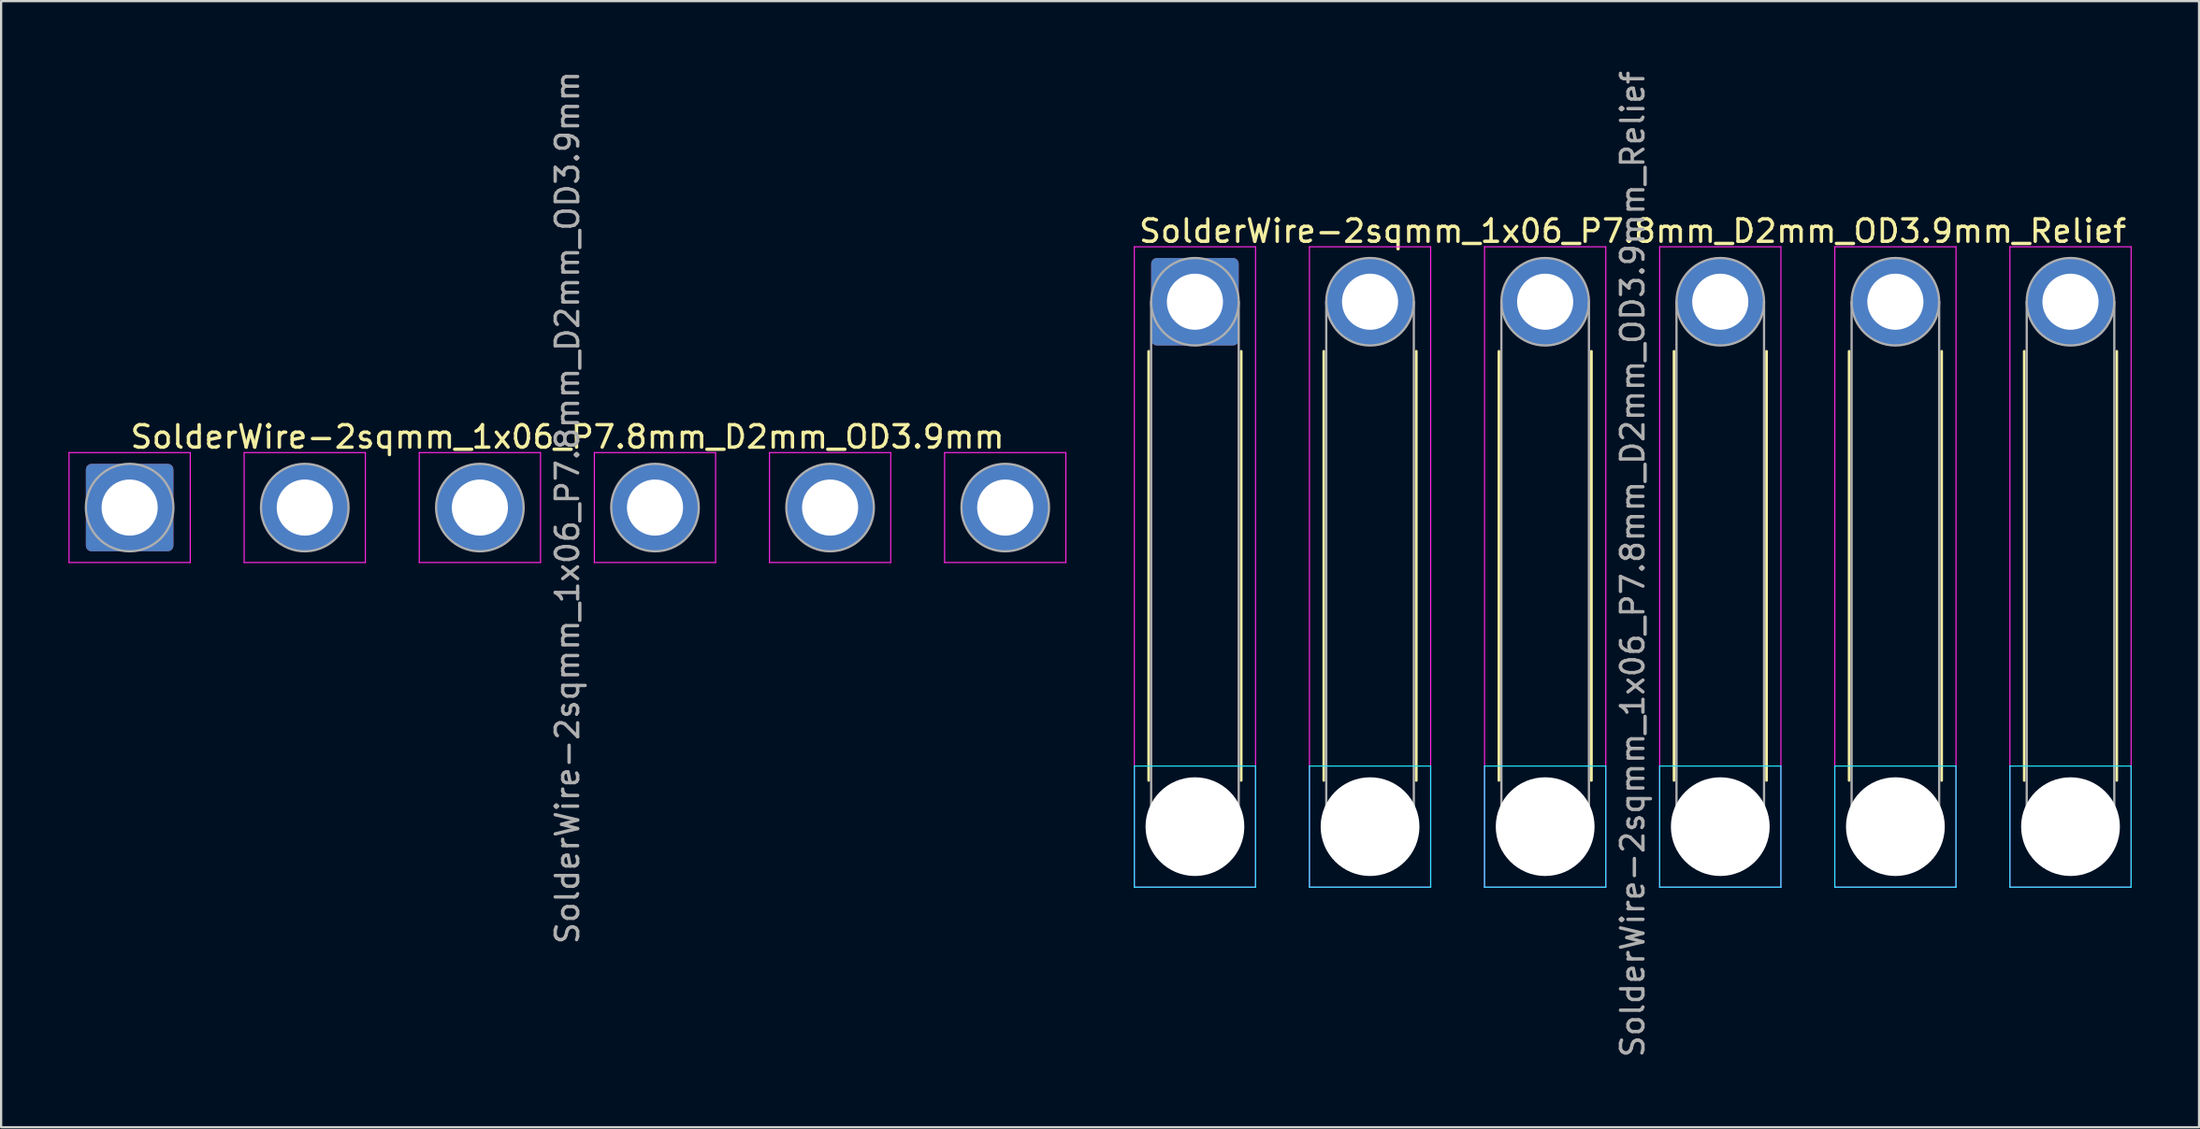
<source format=kicad_pcb>
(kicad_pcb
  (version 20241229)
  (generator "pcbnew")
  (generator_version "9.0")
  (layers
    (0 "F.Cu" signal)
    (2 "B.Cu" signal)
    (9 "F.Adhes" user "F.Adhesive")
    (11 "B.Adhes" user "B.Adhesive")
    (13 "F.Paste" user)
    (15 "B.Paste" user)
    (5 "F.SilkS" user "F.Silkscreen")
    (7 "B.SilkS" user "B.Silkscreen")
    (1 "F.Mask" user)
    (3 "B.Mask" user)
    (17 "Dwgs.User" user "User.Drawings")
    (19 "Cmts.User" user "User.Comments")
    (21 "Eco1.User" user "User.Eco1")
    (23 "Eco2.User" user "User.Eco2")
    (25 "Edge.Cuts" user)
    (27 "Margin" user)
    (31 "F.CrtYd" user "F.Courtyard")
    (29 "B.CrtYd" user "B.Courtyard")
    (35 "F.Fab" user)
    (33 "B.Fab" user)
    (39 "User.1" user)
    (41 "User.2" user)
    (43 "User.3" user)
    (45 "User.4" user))
  (footprint "SolderWire-2sqmm_1x06_P7.8mm_D2mm_OD3.9mm_Relief"
    (layer "F.Cu")
    (at 50.175 10.401)
    (property "Reference" "SolderWire-2sqmm_1x06_P7.8mm_D2mm_OD3.9mm_Relief" (at 19.5 -3.15 0) (layer "F.SilkS") (effects (font (size 1 1) (thickness 0.15))))
    (attr exclude_from_pos_files exclude_from_bom)
    (fp_line (start -2.06 2.21) (end -2.06 21.34) (stroke (width 0.12) (type solid)) (layer "F.SilkS"))
    (fp_line (start 2.06 2.21) (end 2.06 21.34) (stroke (width 0.12) (type solid)) (layer "F.SilkS"))
    (fp_line (start 5.74 2.21) (end 5.74 21.34) (stroke (width 0.12) (type solid)) (layer "F.SilkS"))
    (fp_line (start 9.86 2.21) (end 9.86 21.34) (stroke (width 0.12) (type solid)) (layer "F.SilkS"))
    (fp_line (start 13.54 2.21) (end 13.54 21.34) (stroke (width 0.12) (type solid)) (layer "F.SilkS"))
    (fp_line (start 17.66 2.21) (end 17.66 21.34) (stroke (width 0.12) (type solid)) (layer "F.SilkS"))
    (fp_line (start 21.34 2.21) (end 21.34 21.34) (stroke (width 0.12) (type solid)) (layer "F.SilkS"))
    (fp_line (start 25.46 2.21) (end 25.46 21.34) (stroke (width 0.12) (type solid)) (layer "F.SilkS"))
    (fp_line (start 29.14 2.21) (end 29.14 21.34) (stroke (width 0.12) (type solid)) (layer "F.SilkS"))
    (fp_line (start 33.26 2.21) (end 33.26 21.34) (stroke (width 0.12) (type solid)) (layer "F.SilkS"))
    (fp_line (start 36.94 2.21) (end 36.94 21.34) (stroke (width 0.12) (type solid)) (layer "F.SilkS"))
    (fp_line (start 41.06 2.21) (end 41.06 21.34) (stroke (width 0.12) (type solid)) (layer "F.SilkS"))
    (fp_line (start -2.7 20.7) (end -2.7 26.1) (stroke (width 0.05) (type solid)) (layer "B.CrtYd"))
    (fp_line (start -2.7 26.1) (end 2.7 26.1) (stroke (width 0.05) (type solid)) (layer "B.CrtYd"))
    (fp_line (start 2.7 20.7) (end -2.7 20.7) (stroke (width 0.05) (type solid)) (layer "B.CrtYd"))
    (fp_line (start 2.7 26.1) (end 2.7 20.7) (stroke (width 0.05) (type solid)) (layer "B.CrtYd"))
    (fp_line (start 5.1 20.7) (end 5.1 26.1) (stroke (width 0.05) (type solid)) (layer "B.CrtYd"))
    (fp_line (start 5.1 26.1) (end 10.5 26.1) (stroke (width 0.05) (type solid)) (layer "B.CrtYd"))
    (fp_line (start 10.5 20.7) (end 5.1 20.7) (stroke (width 0.05) (type solid)) (layer "B.CrtYd"))
    (fp_line (start 10.5 26.1) (end 10.5 20.7) (stroke (width 0.05) (type solid)) (layer "B.CrtYd"))
    (fp_line (start 12.9 20.7) (end 12.9 26.1) (stroke (width 0.05) (type solid)) (layer "B.CrtYd"))
    (fp_line (start 12.9 26.1) (end 18.3 26.1) (stroke (width 0.05) (type solid)) (layer "B.CrtYd"))
    (fp_line (start 18.3 20.7) (end 12.9 20.7) (stroke (width 0.05) (type solid)) (layer "B.CrtYd"))
    (fp_line (start 18.3 26.1) (end 18.3 20.7) (stroke (width 0.05) (type solid)) (layer "B.CrtYd"))
    (fp_line (start 20.7 20.7) (end 20.7 26.1) (stroke (width 0.05) (type solid)) (layer "B.CrtYd"))
    (fp_line (start 20.7 26.1) (end 26.1 26.1) (stroke (width 0.05) (type solid)) (layer "B.CrtYd"))
    (fp_line (start 26.1 20.7) (end 20.7 20.7) (stroke (width 0.05) (type solid)) (layer "B.CrtYd"))
    (fp_line (start 26.1 26.1) (end 26.1 20.7) (stroke (width 0.05) (type solid)) (layer "B.CrtYd"))
    (fp_line (start 28.5 20.7) (end 28.5 26.1) (stroke (width 0.05) (type solid)) (layer "B.CrtYd"))
    (fp_line (start 28.5 26.1) (end 33.9 26.1) (stroke (width 0.05) (type solid)) (layer "B.CrtYd"))
    (fp_line (start 33.9 20.7) (end 28.5 20.7) (stroke (width 0.05) (type solid)) (layer "B.CrtYd"))
    (fp_line (start 33.9 26.1) (end 33.9 20.7) (stroke (width 0.05) (type solid)) (layer "B.CrtYd"))
    (fp_line (start 36.3 20.7) (end 36.3 26.1) (stroke (width 0.05) (type solid)) (layer "B.CrtYd"))
    (fp_line (start 36.3 26.1) (end 41.7 26.1) (stroke (width 0.05) (type solid)) (layer "B.CrtYd"))
    (fp_line (start 41.7 20.7) (end 36.3 20.7) (stroke (width 0.05) (type solid)) (layer "B.CrtYd"))
    (fp_line (start 41.7 26.1) (end 41.7 20.7) (stroke (width 0.05) (type solid)) (layer "B.CrtYd"))
    (fp_line (start -2.7 -2.45) (end -2.7 26.1) (stroke (width 0.05) (type solid)) (layer "F.CrtYd"))
    (fp_line (start -2.7 26.1) (end 2.7 26.1) (stroke (width 0.05) (type solid)) (layer "F.CrtYd"))
    (fp_line (start 2.7 -2.45) (end -2.7 -2.45) (stroke (width 0.05) (type solid)) (layer "F.CrtYd"))
    (fp_line (start 2.7 26.1) (end 2.7 -2.45) (stroke (width 0.05) (type solid)) (layer "F.CrtYd"))
    (fp_line (start 5.1 -2.45) (end 5.1 26.1) (stroke (width 0.05) (type solid)) (layer "F.CrtYd"))
    (fp_line (start 5.1 26.1) (end 10.5 26.1) (stroke (width 0.05) (type solid)) (layer "F.CrtYd"))
    (fp_line (start 10.5 -2.45) (end 5.1 -2.45) (stroke (width 0.05) (type solid)) (layer "F.CrtYd"))
    (fp_line (start 10.5 26.1) (end 10.5 -2.45) (stroke (width 0.05) (type solid)) (layer "F.CrtYd"))
    (fp_line (start 12.9 -2.45) (end 12.9 26.1) (stroke (width 0.05) (type solid)) (layer "F.CrtYd"))
    (fp_line (start 12.9 26.1) (end 18.3 26.1) (stroke (width 0.05) (type solid)) (layer "F.CrtYd"))
    (fp_line (start 18.3 -2.45) (end 12.9 -2.45) (stroke (width 0.05) (type solid)) (layer "F.CrtYd"))
    (fp_line (start 18.3 26.1) (end 18.3 -2.45) (stroke (width 0.05) (type solid)) (layer "F.CrtYd"))
    (fp_line (start 20.7 -2.45) (end 20.7 26.1) (stroke (width 0.05) (type solid)) (layer "F.CrtYd"))
    (fp_line (start 20.7 26.1) (end 26.1 26.1) (stroke (width 0.05) (type solid)) (layer "F.CrtYd"))
    (fp_line (start 26.1 -2.45) (end 20.7 -2.45) (stroke (width 0.05) (type solid)) (layer "F.CrtYd"))
    (fp_line (start 26.1 26.1) (end 26.1 -2.45) (stroke (width 0.05) (type solid)) (layer "F.CrtYd"))
    (fp_line (start 28.5 -2.45) (end 28.5 26.1) (stroke (width 0.05) (type solid)) (layer "F.CrtYd"))
    (fp_line (start 28.5 26.1) (end 33.9 26.1) (stroke (width 0.05) (type solid)) (layer "F.CrtYd"))
    (fp_line (start 33.9 -2.45) (end 28.5 -2.45) (stroke (width 0.05) (type solid)) (layer "F.CrtYd"))
    (fp_line (start 33.9 26.1) (end 33.9 -2.45) (stroke (width 0.05) (type solid)) (layer "F.CrtYd"))
    (fp_line (start 36.3 -2.45) (end 36.3 26.1) (stroke (width 0.05) (type solid)) (layer "F.CrtYd"))
    (fp_line (start 36.3 26.1) (end 41.7 26.1) (stroke (width 0.05) (type solid)) (layer "F.CrtYd"))
    (fp_line (start 41.7 -2.45) (end 36.3 -2.45) (stroke (width 0.05) (type solid)) (layer "F.CrtYd"))
    (fp_line (start 41.7 26.1) (end 41.7 -2.45) (stroke (width 0.05) (type solid)) (layer "F.CrtYd"))
    (fp_line (start -1.95 0) (end -1.95 23.4) (stroke (width 0.1) (type solid)) (layer "F.Fab"))
    (fp_line (start 1.95 0) (end 1.95 23.4) (stroke (width 0.1) (type solid)) (layer "F.Fab"))
    (fp_line (start 5.85 0) (end 5.85 23.4) (stroke (width 0.1) (type solid)) (layer "F.Fab"))
    (fp_line (start 9.75 0) (end 9.75 23.4) (stroke (width 0.1) (type solid)) (layer "F.Fab"))
    (fp_line (start 13.65 0) (end 13.65 23.4) (stroke (width 0.1) (type solid)) (layer "F.Fab"))
    (fp_line (start 17.55 0) (end 17.55 23.4) (stroke (width 0.1) (type solid)) (layer "F.Fab"))
    (fp_line (start 21.45 0) (end 21.45 23.4) (stroke (width 0.1) (type solid)) (layer "F.Fab"))
    (fp_line (start 25.35 0) (end 25.35 23.4) (stroke (width 0.1) (type solid)) (layer "F.Fab"))
    (fp_line (start 29.25 0) (end 29.25 23.4) (stroke (width 0.1) (type solid)) (layer "F.Fab"))
    (fp_line (start 33.15 0) (end 33.15 23.4) (stroke (width 0.1) (type solid)) (layer "F.Fab"))
    (fp_line (start 37.05 0) (end 37.05 23.4) (stroke (width 0.1) (type solid)) (layer "F.Fab"))
    (fp_line (start 40.95 0) (end 40.95 23.4) (stroke (width 0.1) (type solid)) (layer "F.Fab"))
    (fp_circle (center 0 0) (end 1.95 0) (stroke (width 0.1) (type solid)) (fill no) (layer "F.Fab"))
    (fp_circle (center 0 23.4) (end 1.95 23.4) (stroke (width 0.1) (type solid)) (fill no) (layer "F.Fab"))
    (fp_circle (center 7.8 0) (end 9.75 0) (stroke (width 0.1) (type solid)) (fill no) (layer "F.Fab"))
    (fp_circle (center 7.8 23.4) (end 9.75 23.4) (stroke (width 0.1) (type solid)) (fill no) (layer "F.Fab"))
    (fp_circle (center 15.6 0) (end 17.55 0) (stroke (width 0.1) (type solid)) (fill no) (layer "F.Fab"))
    (fp_circle (center 15.6 23.4) (end 17.55 23.4) (stroke (width 0.1) (type solid)) (fill no) (layer "F.Fab"))
    (fp_circle (center 23.4 0) (end 25.35 0) (stroke (width 0.1) (type solid)) (fill no) (layer "F.Fab"))
    (fp_circle (center 23.4 23.4) (end 25.35 23.4) (stroke (width 0.1) (type solid)) (fill no) (layer "F.Fab"))
    (fp_circle (center 31.2 0) (end 33.15 0) (stroke (width 0.1) (type solid)) (fill no) (layer "F.Fab"))
    (fp_circle (center 31.2 23.4) (end 33.15 23.4) (stroke (width 0.1) (type solid)) (fill no) (layer "F.Fab"))
    (fp_circle (center 39 0) (end 40.95 0) (stroke (width 0.1) (type solid)) (fill no) (layer "F.Fab"))
    (fp_circle (center 39 23.4) (end 40.95 23.4) (stroke (width 0.1) (type solid)) (fill no) (layer "F.Fab"))
    (fp_text user "${REFERENCE}" (at 19.5 11.7 90) (layer "F.Fab") (effects (font (size 1 1) (thickness 0.15))))
    (pad "" np_thru_hole circle (at 0 23.4) (size 4.4 4.4) (drill 4.4) (layers "*.Cu" "*.Mask"))
    (pad "" np_thru_hole circle (at 7.8 23.4) (size 4.4 4.4) (drill 4.4) (layers "*.Cu" "*.Mask"))
    (pad "" np_thru_hole circle (at 15.6 23.4) (size 4.4 4.4) (drill 4.4) (layers "*.Cu" "*.Mask"))
    (pad "" np_thru_hole circle (at 23.4 23.4) (size 4.4 4.4) (drill 4.4) (layers "*.Cu" "*.Mask"))
    (pad "" np_thru_hole circle (at 31.2 23.4) (size 4.4 4.4) (drill 4.4) (layers "*.Cu" "*.Mask"))
    (pad "" np_thru_hole circle (at 39 23.4) (size 4.4 4.4) (drill 4.4) (layers "*.Cu" "*.Mask"))
    (pad "1" thru_hole roundrect (at 0 0) (size 3.9 3.9) (drill 2.5) (layers "*.Cu" "*.Mask") (roundrect_rratio 0.064))
    (pad "2" thru_hole circle (at 7.8 0) (size 3.9 3.9) (drill 2.5) (layers "*.Cu" "*.Mask"))
    (pad "3" thru_hole circle (at 15.6 0) (size 3.9 3.9) (drill 2.5) (layers "*.Cu" "*.Mask"))
    (pad "4" thru_hole circle (at 23.4 0) (size 3.9 3.9) (drill 2.5) (layers "*.Cu" "*.Mask"))
    (pad "5" thru_hole circle (at 31.2 0) (size 3.9 3.9) (drill 2.5) (layers "*.Cu" "*.Mask"))
    (pad "6" thru_hole circle (at 39 0) (size 3.9 3.9) (drill 2.5) (layers "*.Cu" "*.Mask")))
  (footprint "SolderWire-2sqmm_1x06_P7.8mm_D2mm_OD3.9mm"
    (layer "F.Cu")
    (at 2.725 19.577)
    (property "Reference" "SolderWire-2sqmm_1x06_P7.8mm_D2mm_OD3.9mm" (at 19.5 -3.15 0) (layer "F.SilkS") (effects (font (size 1 1) (thickness 0.15))))
    (attr exclude_from_pos_files exclude_from_bom)
    (fp_line (start -2.7 -2.45) (end -2.7 2.45) (stroke (width 0.05) (type solid)) (layer "F.CrtYd"))
    (fp_line (start -2.7 2.45) (end 2.7 2.45) (stroke (width 0.05) (type solid)) (layer "F.CrtYd"))
    (fp_line (start 2.7 -2.45) (end -2.7 -2.45) (stroke (width 0.05) (type solid)) (layer "F.CrtYd"))
    (fp_line (start 2.7 2.45) (end 2.7 -2.45) (stroke (width 0.05) (type solid)) (layer "F.CrtYd"))
    (fp_line (start 5.1 -2.45) (end 5.1 2.45) (stroke (width 0.05) (type solid)) (layer "F.CrtYd"))
    (fp_line (start 5.1 2.45) (end 10.5 2.45) (stroke (width 0.05) (type solid)) (layer "F.CrtYd"))
    (fp_line (start 10.5 -2.45) (end 5.1 -2.45) (stroke (width 0.05) (type solid)) (layer "F.CrtYd"))
    (fp_line (start 10.5 2.45) (end 10.5 -2.45) (stroke (width 0.05) (type solid)) (layer "F.CrtYd"))
    (fp_line (start 12.9 -2.45) (end 12.9 2.45) (stroke (width 0.05) (type solid)) (layer "F.CrtYd"))
    (fp_line (start 12.9 2.45) (end 18.3 2.45) (stroke (width 0.05) (type solid)) (layer "F.CrtYd"))
    (fp_line (start 18.3 -2.45) (end 12.9 -2.45) (stroke (width 0.05) (type solid)) (layer "F.CrtYd"))
    (fp_line (start 18.3 2.45) (end 18.3 -2.45) (stroke (width 0.05) (type solid)) (layer "F.CrtYd"))
    (fp_line (start 20.7 -2.45) (end 20.7 2.45) (stroke (width 0.05) (type solid)) (layer "F.CrtYd"))
    (fp_line (start 20.7 2.45) (end 26.1 2.45) (stroke (width 0.05) (type solid)) (layer "F.CrtYd"))
    (fp_line (start 26.1 -2.45) (end 20.7 -2.45) (stroke (width 0.05) (type solid)) (layer "F.CrtYd"))
    (fp_line (start 26.1 2.45) (end 26.1 -2.45) (stroke (width 0.05) (type solid)) (layer "F.CrtYd"))
    (fp_line (start 28.5 -2.45) (end 28.5 2.45) (stroke (width 0.05) (type solid)) (layer "F.CrtYd"))
    (fp_line (start 28.5 2.45) (end 33.9 2.45) (stroke (width 0.05) (type solid)) (layer "F.CrtYd"))
    (fp_line (start 33.9 -2.45) (end 28.5 -2.45) (stroke (width 0.05) (type solid)) (layer "F.CrtYd"))
    (fp_line (start 33.9 2.45) (end 33.9 -2.45) (stroke (width 0.05) (type solid)) (layer "F.CrtYd"))
    (fp_line (start 36.3 -2.45) (end 36.3 2.45) (stroke (width 0.05) (type solid)) (layer "F.CrtYd"))
    (fp_line (start 36.3 2.45) (end 41.7 2.45) (stroke (width 0.05) (type solid)) (layer "F.CrtYd"))
    (fp_line (start 41.7 -2.45) (end 36.3 -2.45) (stroke (width 0.05) (type solid)) (layer "F.CrtYd"))
    (fp_line (start 41.7 2.45) (end 41.7 -2.45) (stroke (width 0.05) (type solid)) (layer "F.CrtYd"))
    (fp_circle (center 0 0) (end 1.95 0) (stroke (width 0.1) (type solid)) (fill no) (layer "F.Fab"))
    (fp_circle (center 7.8 0) (end 9.75 0) (stroke (width 0.1) (type solid)) (fill no) (layer "F.Fab"))
    (fp_circle (center 15.6 0) (end 17.55 0) (stroke (width 0.1) (type solid)) (fill no) (layer "F.Fab"))
    (fp_circle (center 23.4 0) (end 25.35 0) (stroke (width 0.1) (type solid)) (fill no) (layer "F.Fab"))
    (fp_circle (center 31.2 0) (end 33.15 0) (stroke (width 0.1) (type solid)) (fill no) (layer "F.Fab"))
    (fp_circle (center 39 0) (end 40.95 0) (stroke (width 0.1) (type solid)) (fill no) (layer "F.Fab"))
    (fp_text user "${REFERENCE}" (at 19.5 0 90) (layer "F.Fab") (effects (font (size 1 1) (thickness 0.15))))
    (pad "1" thru_hole roundrect (at 0 0) (size 3.9 3.9) (drill 2.5) (layers "*.Cu" "*.Mask") (roundrect_rratio 0.064))
    (pad "2" thru_hole circle (at 7.8 0) (size 3.9 3.9) (drill 2.5) (layers "*.Cu" "*.Mask"))
    (pad "3" thru_hole circle (at 15.6 0) (size 3.9 3.9) (drill 2.5) (layers "*.Cu" "*.Mask"))
    (pad "4" thru_hole circle (at 23.4 0) (size 3.9 3.9) (drill 2.5) (layers "*.Cu" "*.Mask"))
    (pad "5" thru_hole circle (at 31.2 0) (size 3.9 3.9) (drill 2.5) (layers "*.Cu" "*.Mask"))
    (pad "6" thru_hole circle (at 39 0) (size 3.9 3.9) (drill 2.5) (layers "*.Cu" "*.Mask")))
  (gr_rect
    (start -3 -3)
    (end 94.9 47.202)
    (stroke (width 0.1) (type default))
    (fill no)
    (layer "Edge.Cuts")))
</source>
